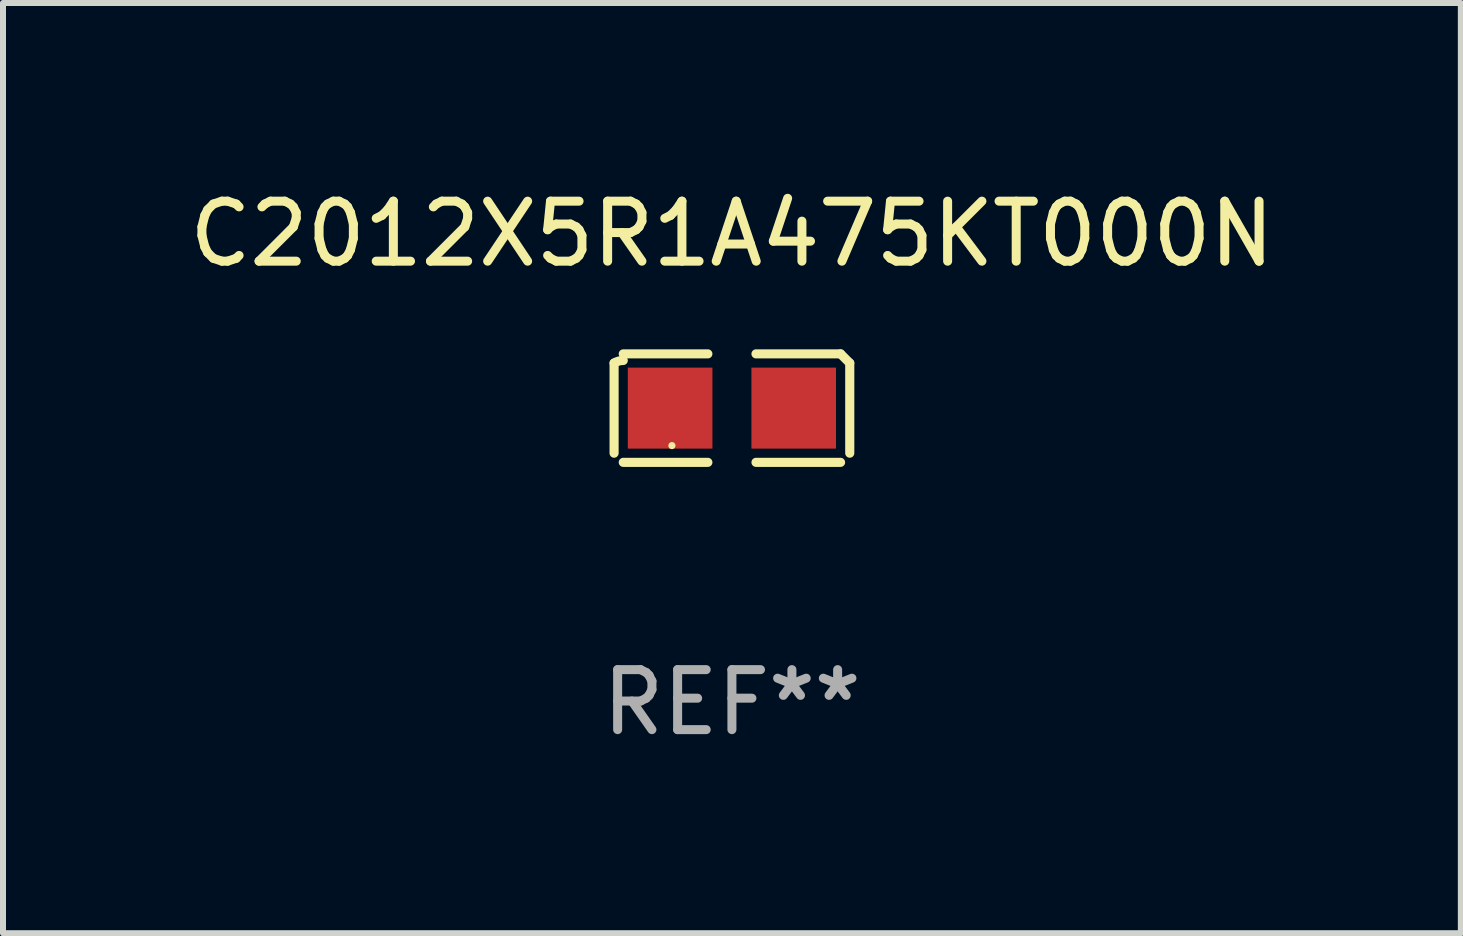
<source format=kicad_pcb>
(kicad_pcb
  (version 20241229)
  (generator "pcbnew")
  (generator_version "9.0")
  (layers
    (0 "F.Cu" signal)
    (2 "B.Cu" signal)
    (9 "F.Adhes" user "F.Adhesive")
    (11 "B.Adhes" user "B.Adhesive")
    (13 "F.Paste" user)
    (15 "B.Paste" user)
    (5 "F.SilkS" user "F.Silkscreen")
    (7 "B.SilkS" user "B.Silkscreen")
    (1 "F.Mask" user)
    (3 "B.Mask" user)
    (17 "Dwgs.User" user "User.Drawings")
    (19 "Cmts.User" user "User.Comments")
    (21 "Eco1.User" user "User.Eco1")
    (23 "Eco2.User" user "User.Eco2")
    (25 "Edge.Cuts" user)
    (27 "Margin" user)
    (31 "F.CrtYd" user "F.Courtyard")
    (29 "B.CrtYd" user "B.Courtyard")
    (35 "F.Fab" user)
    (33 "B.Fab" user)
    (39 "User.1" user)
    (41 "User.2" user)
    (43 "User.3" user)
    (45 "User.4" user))
  (footprint "C2012X5R1A475KT000N"
    (layer "F.Cu")
    (at 9.149 3.752)
    (property "Reference" "C2012X5R1A475KT000N" (at 0 -2.904 0) (layer "F.SilkS") (effects (font (size 1 1) (thickness 0.15))))
    (attr through_hole)
    (fp_line (start -1.964 0.751) (end -1.964 -0.751) (stroke (width 0.152) (type solid)) (layer "F.SilkS"))
    (fp_line (start -1.811 -0.904) (end -0.401 -0.904) (stroke (width 0.152) (type solid)) (layer "F.SilkS"))
    (fp_line (start -0.401 0.904) (end -1.811 0.904) (stroke (width 0.152) (type solid)) (layer "F.SilkS"))
    (fp_line (start 0.401 0.904) (end 1.811 0.904) (stroke (width 0.152) (type solid)) (layer "F.SilkS"))
    (fp_line (start 1.811 -0.904) (end 0.401 -0.904) (stroke (width 0.152) (type solid)) (layer "F.SilkS"))
    (fp_line (start 1.964 0.751) (end 1.964 -0.751) (stroke (width 0.152) (type solid)) (layer "F.SilkS"))
    (fp_arc (start -1.963602 -0.751207) (mid -1.890354 -0.783131) (end -1.811201 -0.794044) (stroke (width 0.1524) (type solid)) (layer "F.SilkS"))
    (fp_arc (start 1.811202 -0.903607) (mid 1.887413 -0.827418) (end 1.963602 -0.751207) (stroke (width 0.1524) (type solid)) (layer "F.SilkS"))
    (fp_circle (center -1 0.625) (end -0.97 0.625) (stroke (width 0.06) (type solid)) (fill no) (layer "F.SilkS"))
    (fp_text user "REF**" (at 0 4.904 0) (layer "F.Fab") (effects (font (size 1 1) (thickness 0.15))))
    (pad "1" smd rect (at -1.03 0) (size 1.41 1.35) (layers "F.Cu" "F.Mask" "F.Paste"))
    (pad "2" smd rect (at 1.03 0) (size 1.41 1.35) (layers "F.Cu" "F.Mask" "F.Paste")))
  (gr_rect
    (start -3 -3)
    (end 21.298 12.504)
    (stroke (width 0.1) (type default))
    (fill no)
    (layer "Edge.Cuts")))
</source>
